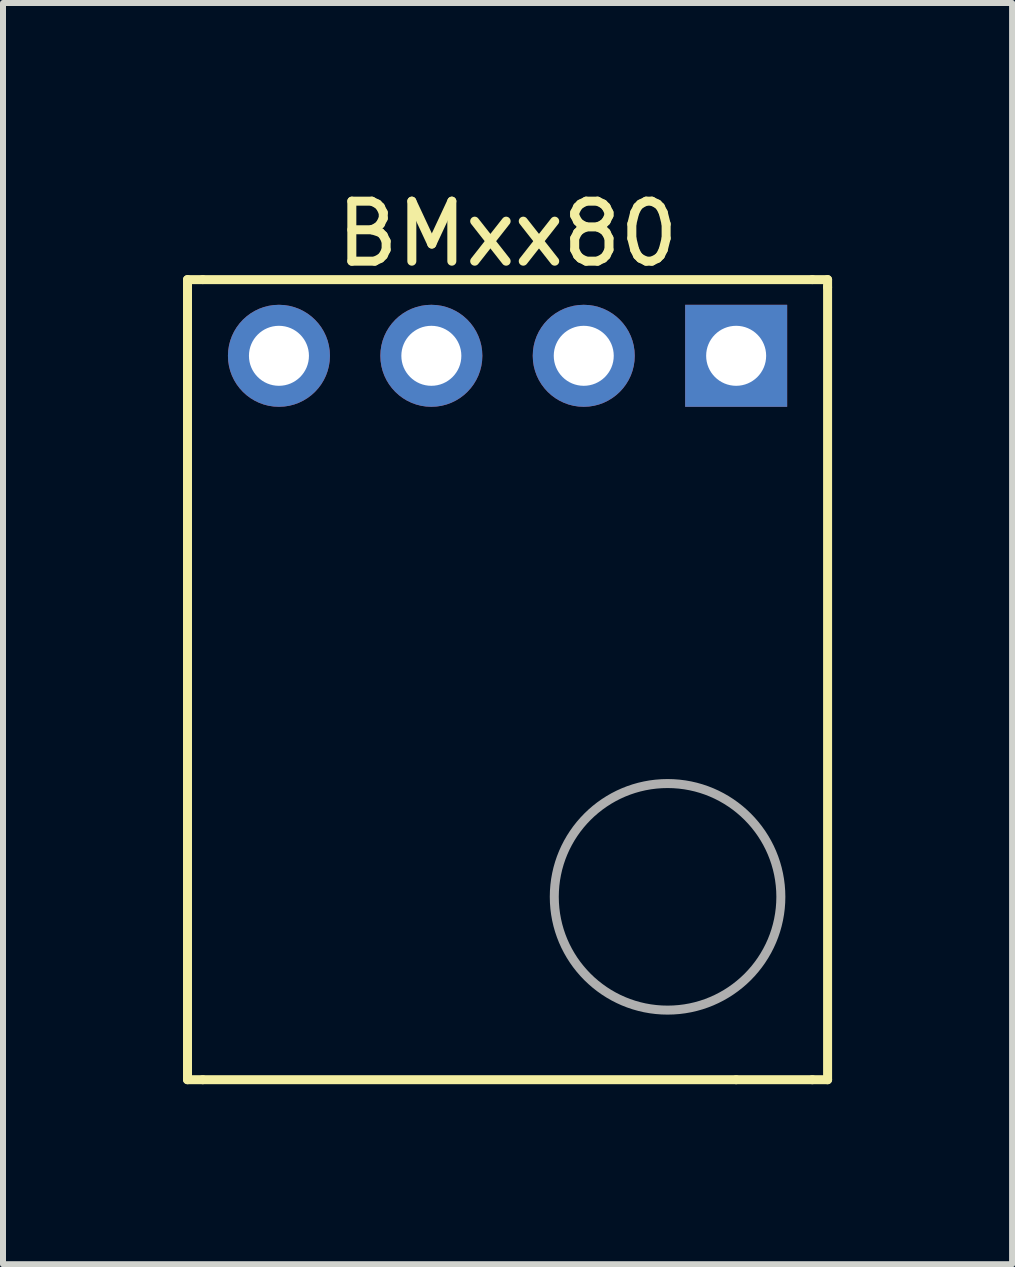
<source format=kicad_pcb>
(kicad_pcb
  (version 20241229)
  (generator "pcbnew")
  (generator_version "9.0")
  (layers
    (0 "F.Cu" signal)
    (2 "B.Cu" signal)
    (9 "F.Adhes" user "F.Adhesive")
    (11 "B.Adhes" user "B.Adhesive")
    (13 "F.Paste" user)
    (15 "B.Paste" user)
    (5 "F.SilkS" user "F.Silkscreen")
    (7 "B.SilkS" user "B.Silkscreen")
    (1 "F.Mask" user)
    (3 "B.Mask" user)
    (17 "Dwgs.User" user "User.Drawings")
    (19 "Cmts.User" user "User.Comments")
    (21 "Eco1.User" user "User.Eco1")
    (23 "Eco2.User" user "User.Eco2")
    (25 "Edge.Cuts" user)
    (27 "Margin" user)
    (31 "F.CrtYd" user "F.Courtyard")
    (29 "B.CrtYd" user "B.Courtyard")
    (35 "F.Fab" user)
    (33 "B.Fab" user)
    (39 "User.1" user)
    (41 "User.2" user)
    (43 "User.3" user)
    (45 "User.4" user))
  (footprint "BMxx80"
    (layer "F.Cu")
    (at 9.219 2.88)
    (property "Reference" "BMxx80" (at -3.81 -2.032 0) (layer "F.SilkS") (effects (font (size 1 1) (thickness 0.15))))
    (attr through_hole)
    (fp_line (start -9.144 -1.27) (end -9.144 12.065) (stroke (width 0.15) (type solid)) (layer "F.SilkS"))
    (fp_line (start -9.144 12.065) (end -8.89 12.065) (stroke (width 0.15) (type solid)) (layer "F.SilkS"))
    (fp_line (start -8.89 -1.27) (end -9.144 -1.27) (stroke (width 0.15) (type solid)) (layer "F.SilkS"))
    (fp_line (start -8.89 -1.27) (end 1.27 -1.27) (stroke (width 0.15) (type solid)) (layer "F.SilkS"))
    (fp_line (start 0 12.065) (end -8.89 12.065) (stroke (width 0.15) (type solid)) (layer "F.SilkS"))
    (fp_line (start 1.27 12.065) (end 0 12.065) (stroke (width 0.15) (type solid)) (layer "F.SilkS"))
    (fp_line (start 1.27 12.065) (end 1.524 12.065) (stroke (width 0.15) (type solid)) (layer "F.SilkS"))
    (fp_line (start 1.524 -1.27) (end 1.27 -1.27) (stroke (width 0.15) (type solid)) (layer "F.SilkS"))
    (fp_line (start 1.524 -1.143) (end 1.524 -1.27) (stroke (width 0.15) (type solid)) (layer "F.SilkS"))
    (fp_line (start 1.524 12.065) (end 1.524 -1.143) (stroke (width 0.15) (type solid)) (layer "F.SilkS"))
    (fp_circle (center -1.143 9.017) (end 0.127 10.414) (stroke (width 0.15) (type solid)) (fill no) (layer "F.Fab"))
    (pad "1" thru_hole rect (at 0 0) (size 1.7 1.7) (drill 1) (layers "*.Cu" "*.Mask"))
    (pad "2" thru_hole circle (at -2.54 0) (size 1.7 1.7) (drill 1) (layers "*.Cu" "*.Mask"))
    (pad "3" thru_hole circle (at -5.08 0) (size 1.7 1.7) (drill 1) (layers "*.Cu" "*.Mask"))
    (pad "4" thru_hole circle (at -7.62 0) (size 1.7 1.7) (drill 1) (layers "*.Cu" "*.Mask")))
  (gr_rect
    (start -3 -3)
    (end 13.818 18.02)
    (stroke (width 0.1) (type default))
    (fill no)
    (layer "Edge.Cuts")))
</source>
